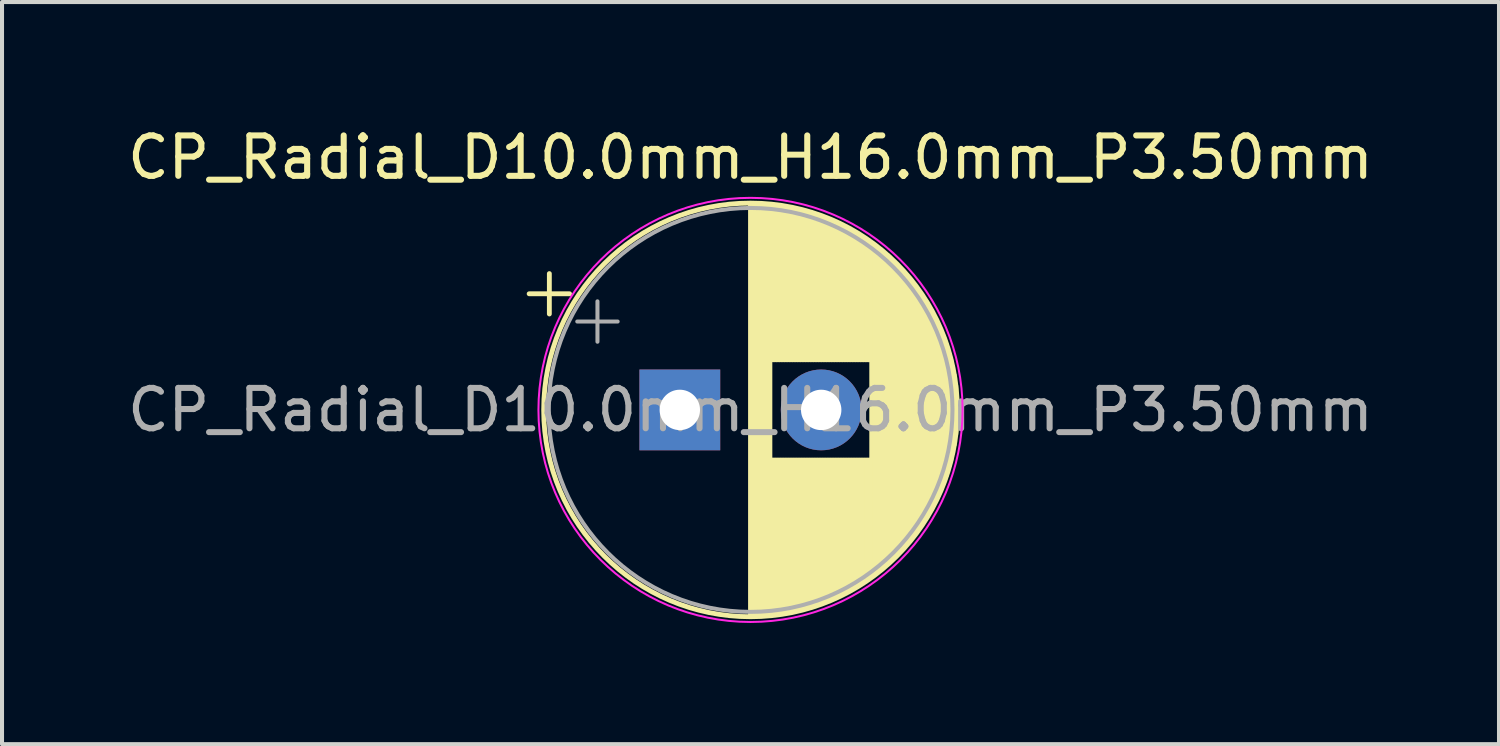
<source format=kicad_pcb>
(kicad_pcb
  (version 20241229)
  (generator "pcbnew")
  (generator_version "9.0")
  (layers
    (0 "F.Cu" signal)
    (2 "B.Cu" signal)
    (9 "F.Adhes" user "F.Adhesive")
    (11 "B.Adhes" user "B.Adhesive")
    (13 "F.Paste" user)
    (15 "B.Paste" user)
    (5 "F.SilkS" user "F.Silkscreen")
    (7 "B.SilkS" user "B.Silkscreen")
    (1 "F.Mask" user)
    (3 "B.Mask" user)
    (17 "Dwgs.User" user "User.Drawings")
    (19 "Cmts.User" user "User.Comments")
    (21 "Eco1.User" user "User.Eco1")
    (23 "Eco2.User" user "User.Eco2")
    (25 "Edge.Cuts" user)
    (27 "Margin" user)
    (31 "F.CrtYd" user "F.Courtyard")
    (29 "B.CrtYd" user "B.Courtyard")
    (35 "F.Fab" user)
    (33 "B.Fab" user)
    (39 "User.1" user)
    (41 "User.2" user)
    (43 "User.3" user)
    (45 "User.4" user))
  (footprint "CP_Radial_D10.0mm_H16.0mm_P3.50mm"
    (layer "F.Cu")
    (at 13.78 7.098)
    (property "Reference" "CP_Radial_D10.0mm_H16.0mm_P3.50mm" (at 1.75 -6.25 0) (layer "F.SilkS") (effects (font (size 1 1) (thickness 0.15))))
    (attr through_hole)
    (fp_line (start -3.73 -2.875) (end -2.73 -2.875) (stroke (width 0.12) (type solid)) (layer "F.SilkS"))
    (fp_line (start -3.23 -3.375) (end -3.23 -2.375) (stroke (width 0.12) (type solid)) (layer "F.SilkS"))
    (fp_line (start 1.75 -5.08) (end 1.75 5.08) (stroke (width 0.12) (type solid)) (layer "F.SilkS"))
    (fp_line (start 1.79 -5.08) (end 1.79 5.08) (stroke (width 0.12) (type solid)) (layer "F.SilkS"))
    (fp_line (start 1.83 -5.08) (end 1.83 5.08) (stroke (width 0.12) (type solid)) (layer "F.SilkS"))
    (fp_line (start 1.87 -5.079) (end 1.87 5.079) (stroke (width 0.12) (type solid)) (layer "F.SilkS"))
    (fp_line (start 1.91 -5.078) (end 1.91 5.078) (stroke (width 0.12) (type solid)) (layer "F.SilkS"))
    (fp_line (start 1.95 -5.077) (end 1.95 5.077) (stroke (width 0.12) (type solid)) (layer "F.SilkS"))
    (fp_line (start 1.99 -5.075) (end 1.99 5.075) (stroke (width 0.12) (type solid)) (layer "F.SilkS"))
    (fp_line (start 2.03 -5.073) (end 2.03 5.073) (stroke (width 0.12) (type solid)) (layer "F.SilkS"))
    (fp_line (start 2.07 -5.07) (end 2.07 5.07) (stroke (width 0.12) (type solid)) (layer "F.SilkS"))
    (fp_line (start 2.11 -5.068) (end 2.11 5.068) (stroke (width 0.12) (type solid)) (layer "F.SilkS"))
    (fp_line (start 2.15 -5.065) (end 2.15 5.065) (stroke (width 0.12) (type solid)) (layer "F.SilkS"))
    (fp_line (start 2.19 -5.062) (end 2.19 5.062) (stroke (width 0.12) (type solid)) (layer "F.SilkS"))
    (fp_line (start 2.23 -5.058) (end 2.23 5.058) (stroke (width 0.12) (type solid)) (layer "F.SilkS"))
    (fp_line (start 2.27 -5.054) (end 2.27 -1.241) (stroke (width 0.12) (type solid)) (layer "F.SilkS"))
    (fp_line (start 2.27 1.241) (end 2.27 5.054) (stroke (width 0.12) (type solid)) (layer "F.SilkS"))
    (fp_line (start 2.31 -5.05) (end 2.31 -1.241) (stroke (width 0.12) (type solid)) (layer "F.SilkS"))
    (fp_line (start 2.31 1.241) (end 2.31 5.05) (stroke (width 0.12) (type solid)) (layer "F.SilkS"))
    (fp_line (start 2.35 -5.045) (end 2.35 -1.241) (stroke (width 0.12) (type solid)) (layer "F.SilkS"))
    (fp_line (start 2.35 1.241) (end 2.35 5.045) (stroke (width 0.12) (type solid)) (layer "F.SilkS"))
    (fp_line (start 2.39 -5.04) (end 2.39 -1.241) (stroke (width 0.12) (type solid)) (layer "F.SilkS"))
    (fp_line (start 2.39 1.241) (end 2.39 5.04) (stroke (width 0.12) (type solid)) (layer "F.SilkS"))
    (fp_line (start 2.43 -5.035) (end 2.43 -1.241) (stroke (width 0.12) (type solid)) (layer "F.SilkS"))
    (fp_line (start 2.43 1.241) (end 2.43 5.035) (stroke (width 0.12) (type solid)) (layer "F.SilkS"))
    (fp_line (start 2.471 -5.03) (end 2.471 -1.241) (stroke (width 0.12) (type solid)) (layer "F.SilkS"))
    (fp_line (start 2.471 1.241) (end 2.471 5.03) (stroke (width 0.12) (type solid)) (layer "F.SilkS"))
    (fp_line (start 2.511 -5.024) (end 2.511 -1.241) (stroke (width 0.12) (type solid)) (layer "F.SilkS"))
    (fp_line (start 2.511 1.241) (end 2.511 5.024) (stroke (width 0.12) (type solid)) (layer "F.SilkS"))
    (fp_line (start 2.551 -5.018) (end 2.551 -1.241) (stroke (width 0.12) (type solid)) (layer "F.SilkS"))
    (fp_line (start 2.551 1.241) (end 2.551 5.018) (stroke (width 0.12) (type solid)) (layer "F.SilkS"))
    (fp_line (start 2.591 -5.011) (end 2.591 -1.241) (stroke (width 0.12) (type solid)) (layer "F.SilkS"))
    (fp_line (start 2.591 1.241) (end 2.591 5.011) (stroke (width 0.12) (type solid)) (layer "F.SilkS"))
    (fp_line (start 2.631 -5.004) (end 2.631 -1.241) (stroke (width 0.12) (type solid)) (layer "F.SilkS"))
    (fp_line (start 2.631 1.241) (end 2.631 5.004) (stroke (width 0.12) (type solid)) (layer "F.SilkS"))
    (fp_line (start 2.671 -4.997) (end 2.671 -1.241) (stroke (width 0.12) (type solid)) (layer "F.SilkS"))
    (fp_line (start 2.671 1.241) (end 2.671 4.997) (stroke (width 0.12) (type solid)) (layer "F.SilkS"))
    (fp_line (start 2.711 -4.99) (end 2.711 -1.241) (stroke (width 0.12) (type solid)) (layer "F.SilkS"))
    (fp_line (start 2.711 1.241) (end 2.711 4.99) (stroke (width 0.12) (type solid)) (layer "F.SilkS"))
    (fp_line (start 2.751 -4.982) (end 2.751 -1.241) (stroke (width 0.12) (type solid)) (layer "F.SilkS"))
    (fp_line (start 2.751 1.241) (end 2.751 4.982) (stroke (width 0.12) (type solid)) (layer "F.SilkS"))
    (fp_line (start 2.791 -4.974) (end 2.791 -1.241) (stroke (width 0.12) (type solid)) (layer "F.SilkS"))
    (fp_line (start 2.791 1.241) (end 2.791 4.974) (stroke (width 0.12) (type solid)) (layer "F.SilkS"))
    (fp_line (start 2.831 -4.965) (end 2.831 -1.241) (stroke (width 0.12) (type solid)) (layer "F.SilkS"))
    (fp_line (start 2.831 1.241) (end 2.831 4.965) (stroke (width 0.12) (type solid)) (layer "F.SilkS"))
    (fp_line (start 2.871 -4.956) (end 2.871 -1.241) (stroke (width 0.12) (type solid)) (layer "F.SilkS"))
    (fp_line (start 2.871 1.241) (end 2.871 4.956) (stroke (width 0.12) (type solid)) (layer "F.SilkS"))
    (fp_line (start 2.911 -4.947) (end 2.911 -1.241) (stroke (width 0.12) (type solid)) (layer "F.SilkS"))
    (fp_line (start 2.911 1.241) (end 2.911 4.947) (stroke (width 0.12) (type solid)) (layer "F.SilkS"))
    (fp_line (start 2.951 -4.938) (end 2.951 -1.241) (stroke (width 0.12) (type solid)) (layer "F.SilkS"))
    (fp_line (start 2.951 1.241) (end 2.951 4.938) (stroke (width 0.12) (type solid)) (layer "F.SilkS"))
    (fp_line (start 2.991 -4.928) (end 2.991 -1.241) (stroke (width 0.12) (type solid)) (layer "F.SilkS"))
    (fp_line (start 2.991 1.241) (end 2.991 4.928) (stroke (width 0.12) (type solid)) (layer "F.SilkS"))
    (fp_line (start 3.031 -4.918) (end 3.031 -1.241) (stroke (width 0.12) (type solid)) (layer "F.SilkS"))
    (fp_line (start 3.031 1.241) (end 3.031 4.918) (stroke (width 0.12) (type solid)) (layer "F.SilkS"))
    (fp_line (start 3.071 -4.907) (end 3.071 -1.241) (stroke (width 0.12) (type solid)) (layer "F.SilkS"))
    (fp_line (start 3.071 1.241) (end 3.071 4.907) (stroke (width 0.12) (type solid)) (layer "F.SilkS"))
    (fp_line (start 3.111 -4.897) (end 3.111 -1.241) (stroke (width 0.12) (type solid)) (layer "F.SilkS"))
    (fp_line (start 3.111 1.241) (end 3.111 4.897) (stroke (width 0.12) (type solid)) (layer "F.SilkS"))
    (fp_line (start 3.151 -4.885) (end 3.151 -1.241) (stroke (width 0.12) (type solid)) (layer "F.SilkS"))
    (fp_line (start 3.151 1.241) (end 3.151 4.885) (stroke (width 0.12) (type solid)) (layer "F.SilkS"))
    (fp_line (start 3.191 -4.874) (end 3.191 -1.241) (stroke (width 0.12) (type solid)) (layer "F.SilkS"))
    (fp_line (start 3.191 1.241) (end 3.191 4.874) (stroke (width 0.12) (type solid)) (layer "F.SilkS"))
    (fp_line (start 3.231 -4.862) (end 3.231 -1.241) (stroke (width 0.12) (type solid)) (layer "F.SilkS"))
    (fp_line (start 3.231 1.241) (end 3.231 4.862) (stroke (width 0.12) (type solid)) (layer "F.SilkS"))
    (fp_line (start 3.271 -4.85) (end 3.271 -1.241) (stroke (width 0.12) (type solid)) (layer "F.SilkS"))
    (fp_line (start 3.271 1.241) (end 3.271 4.85) (stroke (width 0.12) (type solid)) (layer "F.SilkS"))
    (fp_line (start 3.311 -4.837) (end 3.311 -1.241) (stroke (width 0.12) (type solid)) (layer "F.SilkS"))
    (fp_line (start 3.311 1.241) (end 3.311 4.837) (stroke (width 0.12) (type solid)) (layer "F.SilkS"))
    (fp_line (start 3.351 -4.824) (end 3.351 -1.241) (stroke (width 0.12) (type solid)) (layer "F.SilkS"))
    (fp_line (start 3.351 1.241) (end 3.351 4.824) (stroke (width 0.12) (type solid)) (layer "F.SilkS"))
    (fp_line (start 3.391 -4.811) (end 3.391 -1.241) (stroke (width 0.12) (type solid)) (layer "F.SilkS"))
    (fp_line (start 3.391 1.241) (end 3.391 4.811) (stroke (width 0.12) (type solid)) (layer "F.SilkS"))
    (fp_line (start 3.431 -4.797) (end 3.431 -1.241) (stroke (width 0.12) (type solid)) (layer "F.SilkS"))
    (fp_line (start 3.431 1.241) (end 3.431 4.797) (stroke (width 0.12) (type solid)) (layer "F.SilkS"))
    (fp_line (start 3.471 -4.783) (end 3.471 -1.241) (stroke (width 0.12) (type solid)) (layer "F.SilkS"))
    (fp_line (start 3.471 1.241) (end 3.471 4.783) (stroke (width 0.12) (type solid)) (layer "F.SilkS"))
    (fp_line (start 3.511 -4.768) (end 3.511 -1.241) (stroke (width 0.12) (type solid)) (layer "F.SilkS"))
    (fp_line (start 3.511 1.241) (end 3.511 4.768) (stroke (width 0.12) (type solid)) (layer "F.SilkS"))
    (fp_line (start 3.551 -4.754) (end 3.551 -1.241) (stroke (width 0.12) (type solid)) (layer "F.SilkS"))
    (fp_line (start 3.551 1.241) (end 3.551 4.754) (stroke (width 0.12) (type solid)) (layer "F.SilkS"))
    (fp_line (start 3.591 -4.738) (end 3.591 -1.241) (stroke (width 0.12) (type solid)) (layer "F.SilkS"))
    (fp_line (start 3.591 1.241) (end 3.591 4.738) (stroke (width 0.12) (type solid)) (layer "F.SilkS"))
    (fp_line (start 3.631 -4.723) (end 3.631 -1.241) (stroke (width 0.12) (type solid)) (layer "F.SilkS"))
    (fp_line (start 3.631 1.241) (end 3.631 4.723) (stroke (width 0.12) (type solid)) (layer "F.SilkS"))
    (fp_line (start 3.671 -4.707) (end 3.671 -1.241) (stroke (width 0.12) (type solid)) (layer "F.SilkS"))
    (fp_line (start 3.671 1.241) (end 3.671 4.707) (stroke (width 0.12) (type solid)) (layer "F.SilkS"))
    (fp_line (start 3.711 -4.69) (end 3.711 -1.241) (stroke (width 0.12) (type solid)) (layer "F.SilkS"))
    (fp_line (start 3.711 1.241) (end 3.711 4.69) (stroke (width 0.12) (type solid)) (layer "F.SilkS"))
    (fp_line (start 3.751 -4.674) (end 3.751 -1.241) (stroke (width 0.12) (type solid)) (layer "F.SilkS"))
    (fp_line (start 3.751 1.241) (end 3.751 4.674) (stroke (width 0.12) (type solid)) (layer "F.SilkS"))
    (fp_line (start 3.791 -4.657) (end 3.791 -1.241) (stroke (width 0.12) (type solid)) (layer "F.SilkS"))
    (fp_line (start 3.791 1.241) (end 3.791 4.657) (stroke (width 0.12) (type solid)) (layer "F.SilkS"))
    (fp_line (start 3.831 -4.639) (end 3.831 -1.241) (stroke (width 0.12) (type solid)) (layer "F.SilkS"))
    (fp_line (start 3.831 1.241) (end 3.831 4.639) (stroke (width 0.12) (type solid)) (layer "F.SilkS"))
    (fp_line (start 3.871 -4.621) (end 3.871 -1.241) (stroke (width 0.12) (type solid)) (layer "F.SilkS"))
    (fp_line (start 3.871 1.241) (end 3.871 4.621) (stroke (width 0.12) (type solid)) (layer "F.SilkS"))
    (fp_line (start 3.911 -4.603) (end 3.911 -1.241) (stroke (width 0.12) (type solid)) (layer "F.SilkS"))
    (fp_line (start 3.911 1.241) (end 3.911 4.603) (stroke (width 0.12) (type solid)) (layer "F.SilkS"))
    (fp_line (start 3.951 -4.584) (end 3.951 -1.241) (stroke (width 0.12) (type solid)) (layer "F.SilkS"))
    (fp_line (start 3.951 1.241) (end 3.951 4.584) (stroke (width 0.12) (type solid)) (layer "F.SilkS"))
    (fp_line (start 3.991 -4.564) (end 3.991 -1.241) (stroke (width 0.12) (type solid)) (layer "F.SilkS"))
    (fp_line (start 3.991 1.241) (end 3.991 4.564) (stroke (width 0.12) (type solid)) (layer "F.SilkS"))
    (fp_line (start 4.031 -4.545) (end 4.031 -1.241) (stroke (width 0.12) (type solid)) (layer "F.SilkS"))
    (fp_line (start 4.031 1.241) (end 4.031 4.545) (stroke (width 0.12) (type solid)) (layer "F.SilkS"))
    (fp_line (start 4.071 -4.525) (end 4.071 -1.241) (stroke (width 0.12) (type solid)) (layer "F.SilkS"))
    (fp_line (start 4.071 1.241) (end 4.071 4.525) (stroke (width 0.12) (type solid)) (layer "F.SilkS"))
    (fp_line (start 4.111 -4.504) (end 4.111 -1.241) (stroke (width 0.12) (type solid)) (layer "F.SilkS"))
    (fp_line (start 4.111 1.241) (end 4.111 4.504) (stroke (width 0.12) (type solid)) (layer "F.SilkS"))
    (fp_line (start 4.151 -4.483) (end 4.151 -1.241) (stroke (width 0.12) (type solid)) (layer "F.SilkS"))
    (fp_line (start 4.151 1.241) (end 4.151 4.483) (stroke (width 0.12) (type solid)) (layer "F.SilkS"))
    (fp_line (start 4.191 -4.462) (end 4.191 -1.241) (stroke (width 0.12) (type solid)) (layer "F.SilkS"))
    (fp_line (start 4.191 1.241) (end 4.191 4.462) (stroke (width 0.12) (type solid)) (layer "F.SilkS"))
    (fp_line (start 4.231 -4.44) (end 4.231 -1.241) (stroke (width 0.12) (type solid)) (layer "F.SilkS"))
    (fp_line (start 4.231 1.241) (end 4.231 4.44) (stroke (width 0.12) (type solid)) (layer "F.SilkS"))
    (fp_line (start 4.271 -4.417) (end 4.271 -1.241) (stroke (width 0.12) (type solid)) (layer "F.SilkS"))
    (fp_line (start 4.271 1.241) (end 4.271 4.417) (stroke (width 0.12) (type solid)) (layer "F.SilkS"))
    (fp_line (start 4.311 -4.395) (end 4.311 -1.241) (stroke (width 0.12) (type solid)) (layer "F.SilkS"))
    (fp_line (start 4.311 1.241) (end 4.311 4.395) (stroke (width 0.12) (type solid)) (layer "F.SilkS"))
    (fp_line (start 4.351 -4.371) (end 4.351 -1.241) (stroke (width 0.12) (type solid)) (layer "F.SilkS"))
    (fp_line (start 4.351 1.241) (end 4.351 4.371) (stroke (width 0.12) (type solid)) (layer "F.SilkS"))
    (fp_line (start 4.391 -4.347) (end 4.391 -1.241) (stroke (width 0.12) (type solid)) (layer "F.SilkS"))
    (fp_line (start 4.391 1.241) (end 4.391 4.347) (stroke (width 0.12) (type solid)) (layer "F.SilkS"))
    (fp_line (start 4.431 -4.323) (end 4.431 -1.241) (stroke (width 0.12) (type solid)) (layer "F.SilkS"))
    (fp_line (start 4.431 1.241) (end 4.431 4.323) (stroke (width 0.12) (type solid)) (layer "F.SilkS"))
    (fp_line (start 4.471 -4.298) (end 4.471 -1.241) (stroke (width 0.12) (type solid)) (layer "F.SilkS"))
    (fp_line (start 4.471 1.241) (end 4.471 4.298) (stroke (width 0.12) (type solid)) (layer "F.SilkS"))
    (fp_line (start 4.511 -4.273) (end 4.511 -1.241) (stroke (width 0.12) (type solid)) (layer "F.SilkS"))
    (fp_line (start 4.511 1.241) (end 4.511 4.273) (stroke (width 0.12) (type solid)) (layer "F.SilkS"))
    (fp_line (start 4.551 -4.247) (end 4.551 -1.241) (stroke (width 0.12) (type solid)) (layer "F.SilkS"))
    (fp_line (start 4.551 1.241) (end 4.551 4.247) (stroke (width 0.12) (type solid)) (layer "F.SilkS"))
    (fp_line (start 4.591 -4.221) (end 4.591 -1.241) (stroke (width 0.12) (type solid)) (layer "F.SilkS"))
    (fp_line (start 4.591 1.241) (end 4.591 4.221) (stroke (width 0.12) (type solid)) (layer "F.SilkS"))
    (fp_line (start 4.631 -4.194) (end 4.631 -1.241) (stroke (width 0.12) (type solid)) (layer "F.SilkS"))
    (fp_line (start 4.631 1.241) (end 4.631 4.194) (stroke (width 0.12) (type solid)) (layer "F.SilkS"))
    (fp_line (start 4.671 -4.166) (end 4.671 -1.241) (stroke (width 0.12) (type solid)) (layer "F.SilkS"))
    (fp_line (start 4.671 1.241) (end 4.671 4.166) (stroke (width 0.12) (type solid)) (layer "F.SilkS"))
    (fp_line (start 4.711 -4.138) (end 4.711 -1.241) (stroke (width 0.12) (type solid)) (layer "F.SilkS"))
    (fp_line (start 4.711 1.241) (end 4.711 4.138) (stroke (width 0.12) (type solid)) (layer "F.SilkS"))
    (fp_line (start 4.751 -4.11) (end 4.751 4.11) (stroke (width 0.12) (type solid)) (layer "F.SilkS"))
    (fp_line (start 4.791 -4.08) (end 4.791 4.08) (stroke (width 0.12) (type solid)) (layer "F.SilkS"))
    (fp_line (start 4.831 -4.05) (end 4.831 4.05) (stroke (width 0.12) (type solid)) (layer "F.SilkS"))
    (fp_line (start 4.871 -4.02) (end 4.871 4.02) (stroke (width 0.12) (type solid)) (layer "F.SilkS"))
    (fp_line (start 4.911 -3.989) (end 4.911 3.989) (stroke (width 0.12) (type solid)) (layer "F.SilkS"))
    (fp_line (start 4.951 -3.957) (end 4.951 3.957) (stroke (width 0.12) (type solid)) (layer "F.SilkS"))
    (fp_line (start 4.991 -3.925) (end 4.991 3.925) (stroke (width 0.12) (type solid)) (layer "F.SilkS"))
    (fp_line (start 5.031 -3.892) (end 5.031 3.892) (stroke (width 0.12) (type solid)) (layer "F.SilkS"))
    (fp_line (start 5.071 -3.858) (end 5.071 3.858) (stroke (width 0.12) (type solid)) (layer "F.SilkS"))
    (fp_line (start 5.111 -3.824) (end 5.111 3.824) (stroke (width 0.12) (type solid)) (layer "F.SilkS"))
    (fp_line (start 5.151 -3.789) (end 5.151 3.789) (stroke (width 0.12) (type solid)) (layer "F.SilkS"))
    (fp_line (start 5.191 -3.753) (end 5.191 3.753) (stroke (width 0.12) (type solid)) (layer "F.SilkS"))
    (fp_line (start 5.231 -3.716) (end 5.231 3.716) (stroke (width 0.12) (type solid)) (layer "F.SilkS"))
    (fp_line (start 5.271 -3.679) (end 5.271 3.679) (stroke (width 0.12) (type solid)) (layer "F.SilkS"))
    (fp_line (start 5.311 -3.64) (end 5.311 3.64) (stroke (width 0.12) (type solid)) (layer "F.SilkS"))
    (fp_line (start 5.351 -3.601) (end 5.351 3.601) (stroke (width 0.12) (type solid)) (layer "F.SilkS"))
    (fp_line (start 5.391 -3.561) (end 5.391 3.561) (stroke (width 0.12) (type solid)) (layer "F.SilkS"))
    (fp_line (start 5.431 -3.52) (end 5.431 3.52) (stroke (width 0.12) (type solid)) (layer "F.SilkS"))
    (fp_line (start 5.471 -3.478) (end 5.471 3.478) (stroke (width 0.12) (type solid)) (layer "F.SilkS"))
    (fp_line (start 5.511 -3.436) (end 5.511 3.436) (stroke (width 0.12) (type solid)) (layer "F.SilkS"))
    (fp_line (start 5.551 -3.392) (end 5.551 3.392) (stroke (width 0.12) (type solid)) (layer "F.SilkS"))
    (fp_line (start 5.591 -3.347) (end 5.591 3.347) (stroke (width 0.12) (type solid)) (layer "F.SilkS"))
    (fp_line (start 5.631 -3.301) (end 5.631 3.301) (stroke (width 0.12) (type solid)) (layer "F.SilkS"))
    (fp_line (start 5.671 -3.254) (end 5.671 3.254) (stroke (width 0.12) (type solid)) (layer "F.SilkS"))
    (fp_line (start 5.711 -3.206) (end 5.711 3.206) (stroke (width 0.12) (type solid)) (layer "F.SilkS"))
    (fp_line (start 5.751 -3.156) (end 5.751 3.156) (stroke (width 0.12) (type solid)) (layer "F.SilkS"))
    (fp_line (start 5.791 -3.106) (end 5.791 3.106) (stroke (width 0.12) (type solid)) (layer "F.SilkS"))
    (fp_line (start 5.831 -3.054) (end 5.831 3.054) (stroke (width 0.12) (type solid)) (layer "F.SilkS"))
    (fp_line (start 5.871 -3) (end 5.871 3) (stroke (width 0.12) (type solid)) (layer "F.SilkS"))
    (fp_line (start 5.911 -2.945) (end 5.911 2.945) (stroke (width 0.12) (type solid)) (layer "F.SilkS"))
    (fp_line (start 5.951 -2.889) (end 5.951 2.889) (stroke (width 0.12) (type solid)) (layer "F.SilkS"))
    (fp_line (start 5.991 -2.83) (end 5.991 2.83) (stroke (width 0.12) (type solid)) (layer "F.SilkS"))
    (fp_line (start 6.031 -2.77) (end 6.031 2.77) (stroke (width 0.12) (type solid)) (layer "F.SilkS"))
    (fp_line (start 6.071 -2.709) (end 6.071 2.709) (stroke (width 0.12) (type solid)) (layer "F.SilkS"))
    (fp_line (start 6.111 -2.645) (end 6.111 2.645) (stroke (width 0.12) (type solid)) (layer "F.SilkS"))
    (fp_line (start 6.151 -2.579) (end 6.151 2.579) (stroke (width 0.12) (type solid)) (layer "F.SilkS"))
    (fp_line (start 6.191 -2.51) (end 6.191 2.51) (stroke (width 0.12) (type solid)) (layer "F.SilkS"))
    (fp_line (start 6.231 -2.439) (end 6.231 2.439) (stroke (width 0.12) (type solid)) (layer "F.SilkS"))
    (fp_line (start 6.271 -2.365) (end 6.271 2.365) (stroke (width 0.12) (type solid)) (layer "F.SilkS"))
    (fp_line (start 6.311 -2.289) (end 6.311 2.289) (stroke (width 0.12) (type solid)) (layer "F.SilkS"))
    (fp_line (start 6.351 -2.209) (end 6.351 2.209) (stroke (width 0.12) (type solid)) (layer "F.SilkS"))
    (fp_line (start 6.391 -2.125) (end 6.391 2.125) (stroke (width 0.12) (type solid)) (layer "F.SilkS"))
    (fp_line (start 6.431 -2.037) (end 6.431 2.037) (stroke (width 0.12) (type solid)) (layer "F.SilkS"))
    (fp_line (start 6.471 -1.944) (end 6.471 1.944) (stroke (width 0.12) (type solid)) (layer "F.SilkS"))
    (fp_line (start 6.511 -1.846) (end 6.511 1.846) (stroke (width 0.12) (type solid)) (layer "F.SilkS"))
    (fp_line (start 6.551 -1.742) (end 6.551 1.742) (stroke (width 0.12) (type solid)) (layer "F.SilkS"))
    (fp_line (start 6.591 -1.63) (end 6.591 1.63) (stroke (width 0.12) (type solid)) (layer "F.SilkS"))
    (fp_line (start 6.631 -1.51) (end 6.631 1.51) (stroke (width 0.12) (type solid)) (layer "F.SilkS"))
    (fp_line (start 6.671 -1.378) (end 6.671 1.378) (stroke (width 0.12) (type solid)) (layer "F.SilkS"))
    (fp_line (start 6.711 -1.23) (end 6.711 1.23) (stroke (width 0.12) (type solid)) (layer "F.SilkS"))
    (fp_line (start 6.751 -1.062) (end 6.751 1.062) (stroke (width 0.12) (type solid)) (layer "F.SilkS"))
    (fp_line (start 6.791 -0.862) (end 6.791 0.862) (stroke (width 0.12) (type solid)) (layer "F.SilkS"))
    (fp_line (start 6.831 -0.599) (end 6.831 0.599) (stroke (width 0.12) (type solid)) (layer "F.SilkS"))
    (fp_circle (center 1.75 0) (end 6.87 0) (stroke (width 0.12) (type solid)) (fill no) (layer "F.SilkS"))
    (fp_circle (center 1.75 0) (end 7 0) (stroke (width 0.05) (type solid)) (fill no) (layer "F.CrtYd"))
    (fp_line (start -2.539 -2.188) (end -1.539 -2.188) (stroke (width 0.1) (type solid)) (layer "F.Fab"))
    (fp_line (start -2.039 -2.688) (end -2.039 -1.688) (stroke (width 0.1) (type solid)) (layer "F.Fab"))
    (fp_circle (center 1.75 0) (end 6.75 0) (stroke (width 0.1) (type solid)) (fill no) (layer "F.Fab"))
    (fp_text user "${REFERENCE}" (at 1.75 0 0) (layer "F.Fab") (effects (font (size 1 1) (thickness 0.15))))
    (pad "1" thru_hole rect (at 0 0) (size 2 2) (drill 1) (layers "*.Cu" "*.Mask"))
    (pad "2" thru_hole circle (at 3.5 0) (size 2 2) (drill 1) (layers "*.Cu" "*.Mask")))
  (gr_rect
    (start -3 -3)
    (end 34.06 15.373)
    (stroke (width 0.1) (type default))
    (fill no)
    (layer "Edge.Cuts")))
</source>
